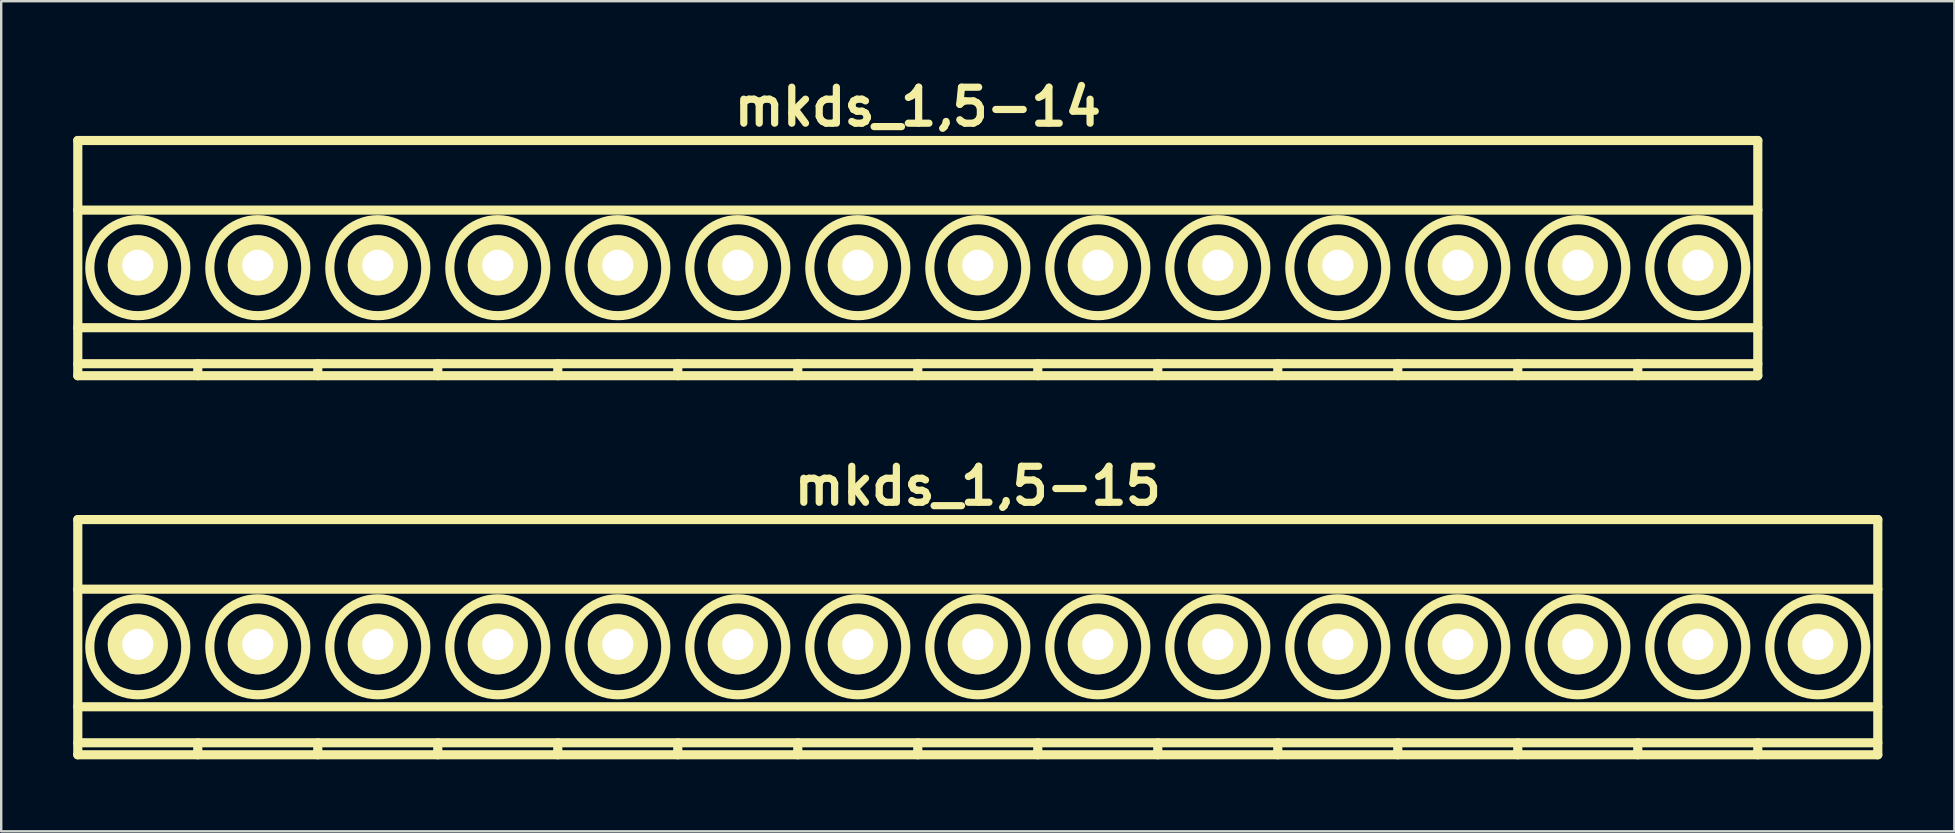
<source format=kicad_pcb>
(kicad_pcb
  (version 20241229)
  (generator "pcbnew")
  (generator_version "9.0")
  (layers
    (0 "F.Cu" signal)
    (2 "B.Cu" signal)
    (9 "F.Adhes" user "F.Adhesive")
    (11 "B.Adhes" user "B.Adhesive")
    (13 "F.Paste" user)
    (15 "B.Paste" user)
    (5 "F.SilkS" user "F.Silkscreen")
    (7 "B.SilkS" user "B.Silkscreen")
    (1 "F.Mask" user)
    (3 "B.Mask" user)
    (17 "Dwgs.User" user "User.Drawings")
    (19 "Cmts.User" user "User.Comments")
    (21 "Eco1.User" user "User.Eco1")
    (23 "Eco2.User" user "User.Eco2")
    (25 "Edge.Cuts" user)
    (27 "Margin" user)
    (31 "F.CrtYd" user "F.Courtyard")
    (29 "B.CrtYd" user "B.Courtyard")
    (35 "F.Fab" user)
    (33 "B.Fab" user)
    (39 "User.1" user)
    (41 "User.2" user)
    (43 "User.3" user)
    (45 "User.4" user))
  (footprint "mkds_1,5-14"
    (layer "F.Cu")
    (at 35.191 8.004)
    (property "Reference" "mkds_1,5-14" (at 0 -6.6 0) (layer "F.SilkS") (effects (font (size 1.5 1.5) (thickness 0.3))))
    (attr through_hole)
    (fp_line (start -35 -5.2) (end -35 4.6) (stroke (width 0.381) (type solid)) (layer "F.SilkS"))
    (fp_line (start -35 -2.3) (end 35 -2.3) (stroke (width 0.381) (type solid)) (layer "F.SilkS"))
    (fp_line (start -35 2.6) (end 35 2.6) (stroke (width 0.381) (type solid)) (layer "F.SilkS"))
    (fp_line (start -35 4.1) (end 35 4.1) (stroke (width 0.381) (type solid)) (layer "F.SilkS"))
    (fp_line (start -35 4.6) (end 35 4.6) (stroke (width 0.381) (type solid)) (layer "F.SilkS"))
    (fp_line (start -30 4.1) (end -30 4.6) (stroke (width 0.381) (type solid)) (layer "F.SilkS"))
    (fp_line (start -25 4.1) (end -25 4.6) (stroke (width 0.381) (type solid)) (layer "F.SilkS"))
    (fp_line (start -20 4.1) (end -20 4.6) (stroke (width 0.381) (type solid)) (layer "F.SilkS"))
    (fp_line (start -15 4.1) (end -15 4.6) (stroke (width 0.381) (type solid)) (layer "F.SilkS"))
    (fp_line (start -10 4.1) (end -10 4.6) (stroke (width 0.381) (type solid)) (layer "F.SilkS"))
    (fp_line (start -5 4.1) (end -5 4.6) (stroke (width 0.381) (type solid)) (layer "F.SilkS"))
    (fp_line (start 0 4.1) (end 0 4.6) (stroke (width 0.381) (type solid)) (layer "F.SilkS"))
    (fp_line (start 5 4.1) (end 5 4.6) (stroke (width 0.381) (type solid)) (layer "F.SilkS"))
    (fp_line (start 10 4.1) (end 10 4.6) (stroke (width 0.381) (type solid)) (layer "F.SilkS"))
    (fp_line (start 15 4.1) (end 15 4.6) (stroke (width 0.381) (type solid)) (layer "F.SilkS"))
    (fp_line (start 20 4.1) (end 20 4.6) (stroke (width 0.381) (type solid)) (layer "F.SilkS"))
    (fp_line (start 25 4.1) (end 25 4.6) (stroke (width 0.381) (type solid)) (layer "F.SilkS"))
    (fp_line (start 30 4.1) (end 30 4.6) (stroke (width 0.381) (type solid)) (layer "F.SilkS"))
    (fp_line (start 35 -5.2) (end -35 -5.2) (stroke (width 0.381) (type solid)) (layer "F.SilkS"))
    (fp_line (start 35 4.6) (end 35 -5.2) (stroke (width 0.381) (type solid)) (layer "F.SilkS"))
    (fp_circle (center -32.5 0.1) (end -30.5 0.1) (stroke (width 0.381) (type solid)) (fill no) (layer "F.SilkS"))
    (fp_circle (center -27.5 0.1) (end -29.5 0.1) (stroke (width 0.381) (type solid)) (fill no) (layer "F.SilkS"))
    (fp_circle (center -22.5 0.1) (end -24.5 0.1) (stroke (width 0.381) (type solid)) (fill no) (layer "F.SilkS"))
    (fp_circle (center -17.5 0.1) (end -19.5 0.1) (stroke (width 0.381) (type solid)) (fill no) (layer "F.SilkS"))
    (fp_circle (center -12.5 0.1) (end -14.5 0.1) (stroke (width 0.381) (type solid)) (fill no) (layer "F.SilkS"))
    (fp_circle (center -7.5 0.1) (end -9.5 0.1) (stroke (width 0.381) (type solid)) (fill no) (layer "F.SilkS"))
    (fp_circle (center -2.5 0.1) (end -4.5 0.1) (stroke (width 0.381) (type solid)) (fill no) (layer "F.SilkS"))
    (fp_circle (center 2.5 0.1) (end 0.5 0.1) (stroke (width 0.381) (type solid)) (fill no) (layer "F.SilkS"))
    (fp_circle (center 7.5 0.1) (end 5.5 0.1) (stroke (width 0.381) (type solid)) (fill no) (layer "F.SilkS"))
    (fp_circle (center 12.5 0.1) (end 10.5 0.1) (stroke (width 0.381) (type solid)) (fill no) (layer "F.SilkS"))
    (fp_circle (center 17.5 0.1) (end 15.5 0.1) (stroke (width 0.381) (type solid)) (fill no) (layer "F.SilkS"))
    (fp_circle (center 22.5 0.1) (end 20.5 0.1) (stroke (width 0.381) (type solid)) (fill no) (layer "F.SilkS"))
    (fp_circle (center 27.5 0.1) (end 25.5 0.1) (stroke (width 0.381) (type solid)) (fill no) (layer "F.SilkS"))
    (fp_circle (center 32.5 0.1) (end 30.5 0.1) (stroke (width 0.381) (type solid)) (fill no) (layer "F.SilkS"))
    (pad "1" thru_hole circle (at -32.5 0) (size 2.5 2.5) (drill 1.3) (layers "*.Cu" "*.Mask" "F.SilkS"))
    (pad "2" thru_hole circle (at -27.5 0) (size 2.5 2.5) (drill 1.3) (layers "*.Cu" "*.Mask" "F.SilkS"))
    (pad "3" thru_hole circle (at -22.5 0) (size 2.5 2.5) (drill 1.3) (layers "*.Cu" "*.Mask" "F.SilkS"))
    (pad "4" thru_hole circle (at -17.5 0) (size 2.5 2.5) (drill 1.3) (layers "*.Cu" "*.Mask" "F.SilkS"))
    (pad "5" thru_hole circle (at -12.5 0) (size 2.5 2.5) (drill 1.3) (layers "*.Cu" "*.Mask" "F.SilkS"))
    (pad "6" thru_hole circle (at -7.5 0) (size 2.5 2.5) (drill 1.3) (layers "*.Cu" "*.Mask" "F.SilkS"))
    (pad "7" thru_hole circle (at -2.5 0) (size 2.5 2.5) (drill 1.3) (layers "*.Cu" "*.Mask" "F.SilkS"))
    (pad "8" thru_hole circle (at 2.5 0) (size 2.5 2.5) (drill 1.3) (layers "*.Cu" "*.Mask" "F.SilkS"))
    (pad "9" thru_hole circle (at 7.5 0) (size 2.5 2.5) (drill 1.3) (layers "*.Cu" "*.Mask" "F.SilkS"))
    (pad "10" thru_hole circle (at 12.5 0) (size 2.5 2.5) (drill 1.3) (layers "*.Cu" "*.Mask" "F.SilkS"))
    (pad "11" thru_hole circle (at 17.5 0) (size 2.5 2.5) (drill 1.3) (layers "*.Cu" "*.Mask" "F.SilkS"))
    (pad "12" thru_hole circle (at 22.5 0) (size 2.5 2.5) (drill 1.3) (layers "*.Cu" "*.Mask" "F.SilkS"))
    (pad "13" thru_hole circle (at 27.5 0) (size 2.5 2.5) (drill 1.3) (layers "*.Cu" "*.Mask" "F.SilkS"))
    (pad "14" thru_hole circle (at 32.5 0) (size 2.5 2.5) (drill 1.3) (layers "*.Cu" "*.Mask" "F.SilkS")))
  (footprint "mkds_1,5-15"
    (layer "F.Cu")
    (at 37.691 23.799)
    (property "Reference" "mkds_1,5-15" (at 0 -6.6 0) (layer "F.SilkS") (effects (font (size 1.5 1.5) (thickness 0.3))))
    (attr through_hole)
    (fp_line (start -37.5 -5.2) (end -37.5 4.6) (stroke (width 0.381) (type solid)) (layer "F.SilkS"))
    (fp_line (start -37.5 -2.3) (end 37.5 -2.3) (stroke (width 0.381) (type solid)) (layer "F.SilkS"))
    (fp_line (start -37.5 2.6) (end 37.5 2.6) (stroke (width 0.381) (type solid)) (layer "F.SilkS"))
    (fp_line (start -37.5 4.1) (end 37.5 4.1) (stroke (width 0.381) (type solid)) (layer "F.SilkS"))
    (fp_line (start -37.5 4.6) (end 37.5 4.6) (stroke (width 0.381) (type solid)) (layer "F.SilkS"))
    (fp_line (start -32.5 4.1) (end -32.5 4.6) (stroke (width 0.381) (type solid)) (layer "F.SilkS"))
    (fp_line (start -27.5 4.1) (end -27.5 4.6) (stroke (width 0.381) (type solid)) (layer "F.SilkS"))
    (fp_line (start -22.5 4.1) (end -22.5 4.6) (stroke (width 0.381) (type solid)) (layer "F.SilkS"))
    (fp_line (start -17.5 4.1) (end -17.5 4.6) (stroke (width 0.381) (type solid)) (layer "F.SilkS"))
    (fp_line (start -12.5 4.1) (end -12.5 4.6) (stroke (width 0.381) (type solid)) (layer "F.SilkS"))
    (fp_line (start -7.5 4.1) (end -7.5 4.6) (stroke (width 0.381) (type solid)) (layer "F.SilkS"))
    (fp_line (start -2.5 4.1) (end -2.5 4.6) (stroke (width 0.381) (type solid)) (layer "F.SilkS"))
    (fp_line (start 2.5 4.1) (end 2.5 4.6) (stroke (width 0.381) (type solid)) (layer "F.SilkS"))
    (fp_line (start 7.5 4.1) (end 7.5 4.6) (stroke (width 0.381) (type solid)) (layer "F.SilkS"))
    (fp_line (start 12.5 4.1) (end 12.5 4.6) (stroke (width 0.381) (type solid)) (layer "F.SilkS"))
    (fp_line (start 17.5 4.1) (end 17.5 4.6) (stroke (width 0.381) (type solid)) (layer "F.SilkS"))
    (fp_line (start 22.5 4.1) (end 22.5 4.6) (stroke (width 0.381) (type solid)) (layer "F.SilkS"))
    (fp_line (start 27.5 4.1) (end 27.5 4.6) (stroke (width 0.381) (type solid)) (layer "F.SilkS"))
    (fp_line (start 32.5 4.1) (end 32.5 4.6) (stroke (width 0.381) (type solid)) (layer "F.SilkS"))
    (fp_line (start 37.5 -5.2) (end -37.5 -5.2) (stroke (width 0.381) (type solid)) (layer "F.SilkS"))
    (fp_line (start 37.5 4.6) (end 37.5 -5.2) (stroke (width 0.381) (type solid)) (layer "F.SilkS"))
    (fp_circle (center -35 0.1) (end -33 0.1) (stroke (width 0.381) (type solid)) (fill no) (layer "F.SilkS"))
    (fp_circle (center -30 0.1) (end -32 0.1) (stroke (width 0.381) (type solid)) (fill no) (layer "F.SilkS"))
    (fp_circle (center -25 0.1) (end -27 0.1) (stroke (width 0.381) (type solid)) (fill no) (layer "F.SilkS"))
    (fp_circle (center -20 0.1) (end -22 0.1) (stroke (width 0.381) (type solid)) (fill no) (layer "F.SilkS"))
    (fp_circle (center -15 0.1) (end -17 0.1) (stroke (width 0.381) (type solid)) (fill no) (layer "F.SilkS"))
    (fp_circle (center -10 0.1) (end -12 0.1) (stroke (width 0.381) (type solid)) (fill no) (layer "F.SilkS"))
    (fp_circle (center -5 0.1) (end -7 0.1) (stroke (width 0.381) (type solid)) (fill no) (layer "F.SilkS"))
    (fp_circle (center 0 0.1) (end -2 0.1) (stroke (width 0.381) (type solid)) (fill no) (layer "F.SilkS"))
    (fp_circle (center 5 0.1) (end 3 0.1) (stroke (width 0.381) (type solid)) (fill no) (layer "F.SilkS"))
    (fp_circle (center 10 0.1) (end 8 0.1) (stroke (width 0.381) (type solid)) (fill no) (layer "F.SilkS"))
    (fp_circle (center 15 0.1) (end 13 0.1) (stroke (width 0.381) (type solid)) (fill no) (layer "F.SilkS"))
    (fp_circle (center 20 0.1) (end 18 0.1) (stroke (width 0.381) (type solid)) (fill no) (layer "F.SilkS"))
    (fp_circle (center 25 0.1) (end 23 0.1) (stroke (width 0.381) (type solid)) (fill no) (layer "F.SilkS"))
    (fp_circle (center 30 0.1) (end 28 0.1) (stroke (width 0.381) (type solid)) (fill no) (layer "F.SilkS"))
    (fp_circle (center 35 0.1) (end 33 0.1) (stroke (width 0.381) (type solid)) (fill no) (layer "F.SilkS"))
    (pad "1" thru_hole circle (at -35 0) (size 2.5 2.5) (drill 1.3) (layers "*.Cu" "*.Mask" "F.SilkS"))
    (pad "2" thru_hole circle (at -30 0) (size 2.5 2.5) (drill 1.3) (layers "*.Cu" "*.Mask" "F.SilkS"))
    (pad "3" thru_hole circle (at -25 0) (size 2.5 2.5) (drill 1.3) (layers "*.Cu" "*.Mask" "F.SilkS"))
    (pad "4" thru_hole circle (at -20 0) (size 2.5 2.5) (drill 1.3) (layers "*.Cu" "*.Mask" "F.SilkS"))
    (pad "5" thru_hole circle (at -15 0) (size 2.5 2.5) (drill 1.3) (layers "*.Cu" "*.Mask" "F.SilkS"))
    (pad "6" thru_hole circle (at -10 0) (size 2.5 2.5) (drill 1.3) (layers "*.Cu" "*.Mask" "F.SilkS"))
    (pad "7" thru_hole circle (at -5 0) (size 2.5 2.5) (drill 1.3) (layers "*.Cu" "*.Mask" "F.SilkS"))
    (pad "8" thru_hole circle (at 0 0) (size 2.5 2.5) (drill 1.3) (layers "*.Cu" "*.Mask" "F.SilkS"))
    (pad "9" thru_hole circle (at 5 0) (size 2.5 2.5) (drill 1.3) (layers "*.Cu" "*.Mask" "F.SilkS"))
    (pad "10" thru_hole circle (at 10 0) (size 2.5 2.5) (drill 1.3) (layers "*.Cu" "*.Mask" "F.SilkS"))
    (pad "11" thru_hole circle (at 15 0) (size 2.5 2.5) (drill 1.3) (layers "*.Cu" "*.Mask" "F.SilkS"))
    (pad "12" thru_hole circle (at 20 0) (size 2.5 2.5) (drill 1.3) (layers "*.Cu" "*.Mask" "F.SilkS"))
    (pad "13" thru_hole circle (at 25 0) (size 2.5 2.5) (drill 1.3) (layers "*.Cu" "*.Mask" "F.SilkS"))
    (pad "14" thru_hole circle (at 30 0) (size 2.5 2.5) (drill 1.3) (layers "*.Cu" "*.Mask" "F.SilkS"))
    (pad "15" thru_hole circle (at 35 0) (size 2.5 2.5) (drill 1.3) (layers "*.Cu" "*.Mask" "F.SilkS")))
  (gr_rect
    (start -3 -3)
    (end 78.381 31.589)
    (stroke (width 0.1) (type default))
    (fill no)
    (layer "Edge.Cuts")))
</source>
